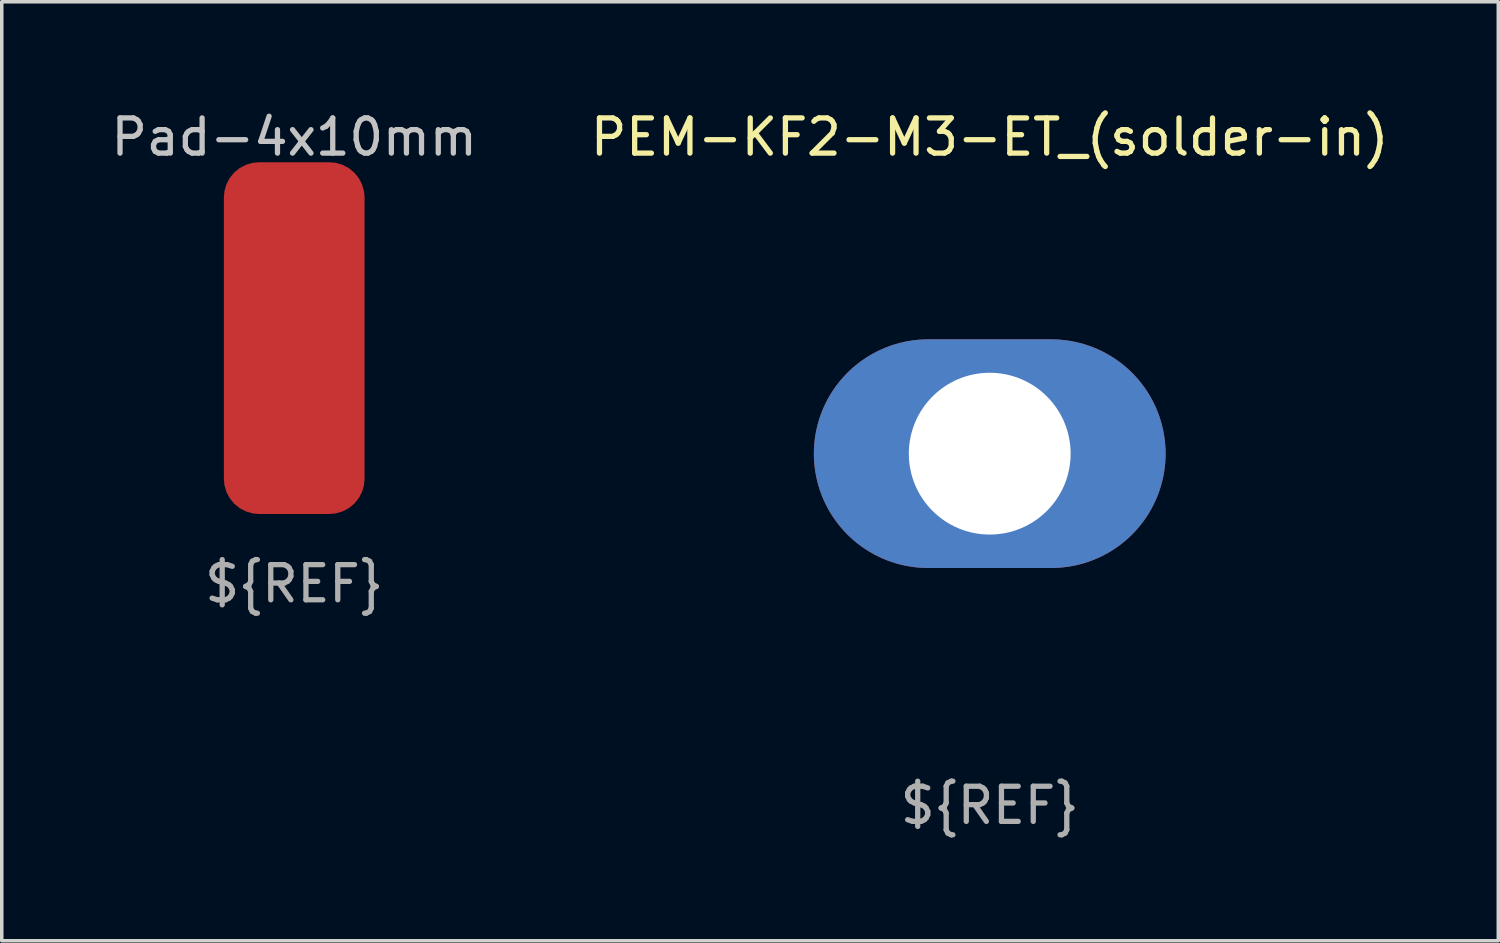
<source format=kicad_pcb>
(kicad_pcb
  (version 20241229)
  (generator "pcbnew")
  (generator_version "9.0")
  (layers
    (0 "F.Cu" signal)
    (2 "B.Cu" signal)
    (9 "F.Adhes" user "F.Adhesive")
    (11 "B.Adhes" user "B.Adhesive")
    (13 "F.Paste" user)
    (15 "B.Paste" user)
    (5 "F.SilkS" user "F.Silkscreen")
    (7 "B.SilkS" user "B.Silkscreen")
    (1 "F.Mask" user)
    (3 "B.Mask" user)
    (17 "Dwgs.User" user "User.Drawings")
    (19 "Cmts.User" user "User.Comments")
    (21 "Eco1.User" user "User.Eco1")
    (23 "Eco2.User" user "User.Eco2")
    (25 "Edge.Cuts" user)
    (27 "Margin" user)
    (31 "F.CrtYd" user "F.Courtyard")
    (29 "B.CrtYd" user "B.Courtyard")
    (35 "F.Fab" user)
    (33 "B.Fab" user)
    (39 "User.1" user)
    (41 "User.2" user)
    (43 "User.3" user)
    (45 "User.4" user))
  (footprint "Pad-4x10mm"
    (layer "F.Cu")
    (at 5.315 6.563)
    (property "Reference" "Pad-4x10mm" (at 0 -5.715 0) (unlocked yes) (layer "Dwgs.User") (effects (font (size 1 1) (thickness 0.15))))
    (attr smd)
    (fp_text user "${REF}" (at 0 6.985 0) (unlocked yes) (layer "F.Fab") (effects (font (size 1 1) (thickness 0.15))))
    (pad "1" smd roundrect (at 0 0) (size 4 10) (layers "F.Cu" "F.Mask" "F.Paste") (roundrect_rratio 0.25)))
  (footprint "PEM-KF2-M3-ET_(solder-in)"
    (layer "F.Cu")
    (at 25.089 9.848)
    (property "Reference" "PEM-KF2-M3-ET_(solder-in)" (at 0 -9 0) (unlocked yes) (layer "F.SilkS") (effects (font (size 1 1) (thickness 0.15))))
    (attr through_hole)
    (fp_text user "${REF}" (at 0 10 0) (unlocked yes) (layer "F.Fab") (effects (font (size 1 1) (thickness 0.15))))
    (pad "1" thru_hole oval (at 0 0) (size 10 6.5) (drill 4.6) (layers "*.Cu" "*.Mask")))
  (gr_rect
    (start -3 -3)
    (end 39.548 23.697)
    (stroke (width 0.1) (type default))
    (fill no)
    (layer "Edge.Cuts")))
</source>
